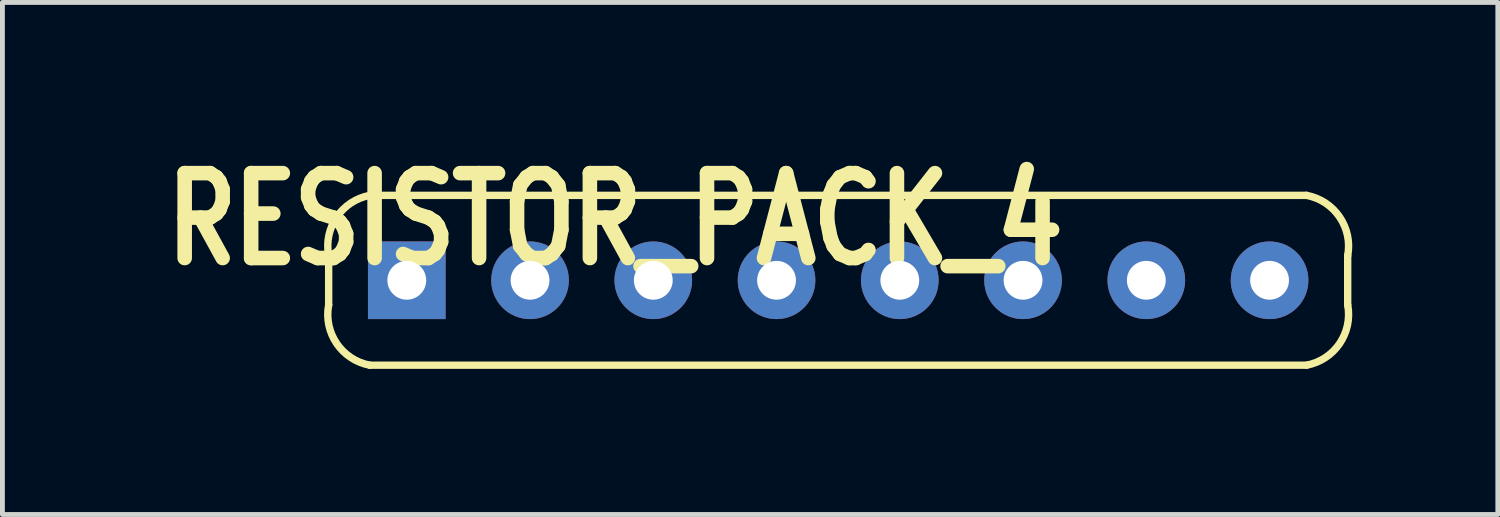
<source format=kicad_pcb>
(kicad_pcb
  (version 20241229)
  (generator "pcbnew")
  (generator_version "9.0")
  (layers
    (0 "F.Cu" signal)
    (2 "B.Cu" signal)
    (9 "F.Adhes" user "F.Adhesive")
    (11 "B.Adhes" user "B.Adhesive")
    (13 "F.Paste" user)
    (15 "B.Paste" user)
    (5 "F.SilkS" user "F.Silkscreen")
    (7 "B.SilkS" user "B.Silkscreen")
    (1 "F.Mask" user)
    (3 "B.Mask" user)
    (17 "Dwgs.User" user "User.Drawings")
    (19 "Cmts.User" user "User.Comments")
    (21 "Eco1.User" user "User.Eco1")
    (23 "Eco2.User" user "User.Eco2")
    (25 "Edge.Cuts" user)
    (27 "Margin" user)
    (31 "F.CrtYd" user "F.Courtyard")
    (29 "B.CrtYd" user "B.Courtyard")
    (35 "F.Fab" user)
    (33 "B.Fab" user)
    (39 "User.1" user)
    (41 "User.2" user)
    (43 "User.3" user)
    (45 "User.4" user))
  (footprint "RESISTOR_PACK_4"
    (layer "F.Cu")
    (at 5.333 2.726)
    (property "Reference" "RESISTOR_PACK_4" (at 13.691 -2.276 0) (layer "F.SilkS") (effects (font (size 1.75 1.37) (thickness 0.3)) (justify right top)))
    (attr through_hole)
    (fp_line (start -1.61 -0.508) (end -1.61 0.508) (stroke (width 0.152) (type solid)) (layer "F.SilkS"))
    (fp_line (start -0.762 1.75) (end 18.542 1.75) (stroke (width 0.152) (type solid)) (layer "F.SilkS"))
    (fp_line (start 18.542 -1.75) (end -0.762 -1.75) (stroke (width 0.152) (type solid)) (layer "F.SilkS"))
    (fp_line (start 19.39 -0.508) (end 19.39 0.508) (stroke (width 0.152) (type solid)) (layer "F.SilkS"))
    (fp_arc (start -1.61 -0.508) (mid -1.443226 -1.304627) (end -0.761999 -1.750001) (stroke (width 0.1524) (type solid)) (layer "F.SilkS"))
    (fp_arc (start -0.761999 1.750001) (mid -1.443226 1.304627) (end -1.61 0.508) (stroke (width 0.1524) (type solid)) (layer "F.SilkS"))
    (fp_arc (start 18.542 -1.75) (mid 19.223227 -1.304627) (end 19.39 -0.508) (stroke (width 0.1524) (type solid)) (layer "F.SilkS"))
    (fp_arc (start 19.39 0.508) (mid 19.223227 1.304627) (end 18.542 1.75) (stroke (width 0.1524) (type solid)) (layer "F.SilkS"))
    (pad "1" thru_hole rect (at 0 0 90) (size 1.6 1.6) (drill 0.8) (layers "*.Cu" "*.Mask"))
    (pad "2" thru_hole circle (at 2.54 0 90) (size 1.6 1.6) (drill 0.8) (layers "*.Cu" "*.Mask"))
    (pad "3" thru_hole circle (at 5.08 0 90) (size 1.6 1.6) (drill 0.8) (layers "*.Cu" "*.Mask"))
    (pad "4" thru_hole circle (at 7.62 0 90) (size 1.6 1.6) (drill 0.8) (layers "*.Cu" "*.Mask"))
    (pad "5" thru_hole circle (at 10.16 0 90) (size 1.6 1.6) (drill 0.8) (layers "*.Cu" "*.Mask"))
    (pad "6" thru_hole circle (at 12.7 0 90) (size 1.6 1.6) (drill 0.8) (layers "*.Cu" "*.Mask"))
    (pad "7" thru_hole circle (at 15.24 0 90) (size 1.6 1.6) (drill 0.8) (layers "*.Cu" "*.Mask"))
    (pad "8" thru_hole circle (at 17.78 0 90) (size 1.6 1.6) (drill 0.8) (layers "*.Cu" "*.Mask")))
  (gr_rect
    (start -3 -3)
    (end 27.817 7.553)
    (stroke (width 0.1) (type default))
    (fill no)
    (layer "Edge.Cuts")))
</source>
